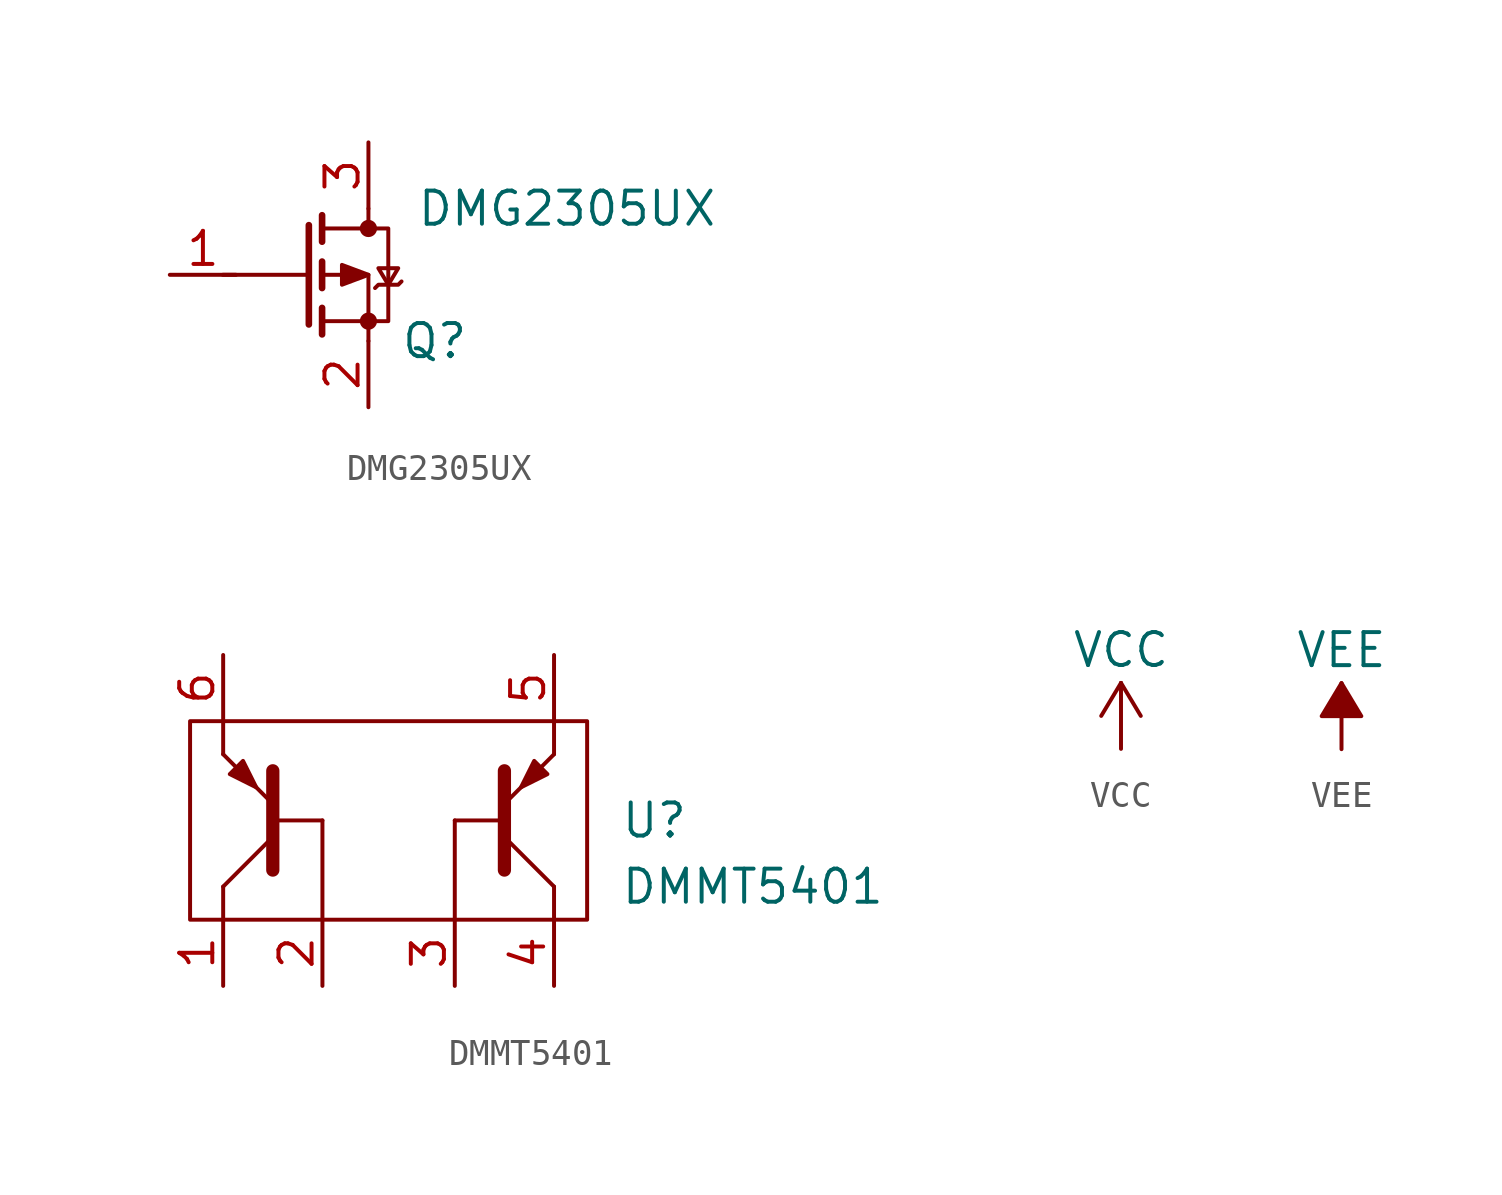
<source format=kicad_sym>
(kicad_symbol_lib
  (version 20211014)
  (generator kicad_symbol_editor)
  (symbol "DMG2305UX"
    (property "Reference" "Q"
      (at 3.81 -2.54 0)
      (effects (font (size 1.27 1.27))))
    (property "Value" "DMG2305UX"
      (at 8.89 2.54 0)
      (effects (font (size 1.27 1.27))))
    (symbol "DMG2305UX_0_1"
      (polyline (pts (xy -1.016 0) (xy -4.318 0)) (stroke (width 0) (type default) (color 0 0 0 0)) (fill (type none)))
      (polyline (pts (xy -1.016 1.905) (xy -1.016 -1.905)) (stroke (width 0.254) (type default) (color 0 0 0 0)) (fill (type none)))
      (polyline (pts (xy -0.508 -1.27) (xy -0.508 -2.286)) (stroke (width 0.254) (type default) (color 0 0 0 0)) (fill (type none)))
      (polyline (pts (xy -0.508 0.508) (xy -0.508 -0.508)) (stroke (width 0.254) (type default) (color 0 0 0 0)) (fill (type none)))
      (polyline (pts (xy -0.508 2.286) (xy -0.508 1.27)) (stroke (width 0.254) (type default) (color 0 0 0 0)) (fill (type none)))
      (polyline (pts (xy 1.27 2.54) (xy 1.27 1.778)) (stroke (width 0) (type default) (color 0 0 0 0)) (fill (type none)))
      (polyline (pts (xy 1.27 -2.54) (xy 1.27 0) (xy -0.508 0)) (stroke (width 0) (type default) (color 0 0 0 0)) (fill (type none)))
      (polyline (pts (xy -0.508 -1.778) (xy 2.032 -1.778) (xy 2.032 1.778) (xy -0.508 1.778)) (stroke (width 0) (type default) (color 0 0 0 0)) (fill (type none)))
      (polyline (pts (xy 1.27 0) (xy 0.254 -0.381) (xy 0.254 0.381) (xy 1.27 0)) (stroke (width 0) (type default) (color 0 0 0 0)) (fill (type outline)))
      (polyline (pts (xy 1.524 -0.508) (xy 1.651 -0.381) (xy 2.413 -0.381) (xy 2.54 -0.254)) (stroke (width 0) (type default) (color 0 0 0 0)) (fill (type none)))
      (polyline (pts (xy 2.032 -0.381) (xy 1.651 0.254) (xy 2.413 0.254) (xy 2.032 -0.381)) (stroke (width 0) (type default) (color 0 0 0 0)) (fill (type none)))
      (circle (center 1.27 -1.778) (radius 0.254) (stroke (width 0) (type default) (color 0 0 0 0)) (fill (type outline)))
      (circle (center 1.27 1.778) (radius 0.254) (stroke (width 0) (type default) (color 0 0 0 0)) (fill (type outline))))
    (symbol "DMG2305UX_1_1"
      (pin input line (at -6.35 0 0) (length 2.54) (name "" (effects (font (size 1.27 1.27)))) (number "1" (effects (font (size 1.27 1.27)))))
      (pin passive line (at 1.27 -5.08 90) (length 2.54) (name "" (effects (font (size 1.27 1.27)))) (number "2" (effects (font (size 1.27 1.27)))))
      (pin passive line (at 1.27 5.08 270) (length 2.54) (name "" (effects (font (size 1.27 1.27)))) (number "3" (effects (font (size 1.27 1.27)))))))
  (symbol "DMMT5401"
    (property "Reference" "U"
      (at 8.89 0 0)
      (effects (font (size 1.27 1.27)) (justify left)))
    (property "Value" "DMMT5401"
      (at 8.89 -2.54 0)
      (effects (font (size 1.27 1.27)) (justify left)))
    (symbol "DMMT5401_0_1"
      (rectangle (start -7.62 3.81) (end 7.62 -3.81) (stroke (width 0) (type default) (color 0 0 0 0)) (fill (type none)))
      (polyline (pts (xy -6.35 -2.54) (xy -6.35 -3.81)) (stroke (width 0) (type default) (color 0 0 0 0)) (fill (type none)))
      (polyline (pts (xy -6.35 3.81) (xy -6.35 2.54)) (stroke (width 0) (type default) (color 0 0 0 0)) (fill (type none)))
      (polyline (pts (xy -4.445 -0.635) (xy -6.35 -2.54)) (stroke (width 0) (type default) (color 0 0 0 0)) (fill (type none)))
      (polyline (pts (xy -2.54 -3.81) (xy -2.54 0)) (stroke (width 0) (type default) (color 0 0 0 0)) (fill (type none)))
      (polyline (pts (xy -2.54 0) (xy -4.445 0)) (stroke (width 0) (type default) (color 0 0 0 0)) (fill (type none)))
      (polyline (pts (xy 2.54 -3.81) (xy 2.54 0)) (stroke (width 0) (type default) (color 0 0 0 0)) (fill (type none)))
      (polyline (pts (xy 4.445 -0.635) (xy 6.35 -2.54)) (stroke (width 0) (type default) (color 0 0 0 0)) (fill (type none)))
      (polyline (pts (xy 4.445 0) (xy 2.54 0)) (stroke (width 0) (type default) (color 0 0 0 0)) (fill (type none)))
      (polyline (pts (xy 6.35 -3.81) (xy 6.35 -2.54)) (stroke (width 0) (type default) (color 0 0 0 0)) (fill (type none)))
      (polyline (pts (xy 6.35 3.81) (xy 6.35 2.54)) (stroke (width 0) (type default) (color 0 0 0 0)) (fill (type none)))
      (polyline (pts (xy -4.445 -1.905) (xy -4.445 1.905) (xy -4.445 1.905)) (stroke (width 0.508) (type default) (color 0 0 0 0)) (fill (type none)))
      (polyline (pts (xy -4.445 0.635) (xy -6.35 2.54) (xy -6.35 2.54)) (stroke (width 0) (type default) (color 0 0 0 0)) (fill (type none)))
      (polyline (pts (xy 4.445 -1.905) (xy 4.445 1.905) (xy 4.445 1.905)) (stroke (width 0.508) (type default) (color 0 0 0 0)) (fill (type none)))
      (polyline (pts (xy 4.445 0.635) (xy 6.35 2.54) (xy 6.35 2.54)) (stroke (width 0) (type default) (color 0 0 0 0)) (fill (type none)))
      (polyline (pts (xy -6.096 1.778) (xy -5.588 2.286) (xy -5.08 1.27) (xy -6.096 1.778) (xy -6.096 1.778)) (stroke (width 0) (type default) (color 0 0 0 0)) (fill (type outline)))
      (polyline (pts (xy 6.096 1.778) (xy 5.588 2.286) (xy 5.08 1.27) (xy 6.096 1.778) (xy 6.096 1.778)) (stroke (width 0) (type default) (color 0 0 0 0)) (fill (type outline))))
    (symbol "DMMT5401_1_1"
      (pin passive line (at -6.35 -6.35 90) (length 2.54) (name "" (effects (font (size 1.27 1.27)))) (number "1" (effects (font (size 1.27 1.27)))))
      (pin input line (at -2.54 -6.35 90) (length 2.54) (name "" (effects (font (size 1.27 1.27)))) (number "2" (effects (font (size 1.27 1.27)))))
      (pin input line (at 2.54 -6.35 90) (length 2.54) (name "" (effects (font (size 1.27 1.27)))) (number "3" (effects (font (size 1.27 1.27)))))
      (pin passive line (at 6.35 -6.35 90) (length 2.54) (name "" (effects (font (size 1.27 1.27)))) (number "4" (effects (font (size 1.27 1.27)))))
      (pin passive line (at 6.35 6.35 270) (length 2.54) (name "" (effects (font (size 1.27 1.27)))) (number "5" (effects (font (size 1.27 1.27)))))
      (pin passive line (at -6.35 6.35 270) (length 2.54) (name "" (effects (font (size 1.27 1.27)))) (number "6" (effects (font (size 1.27 1.27)))))))
  (symbol "VCC"
    (power)
    (pin_names
      (offset 0))
    (property "Reference" "#PWR040"
      (at 0 -3.81 0)
      (effects (font (size 1.27 1.27)) hide))
    (property "Value" "VCC"
      (at 0 3.81 0)
      (effects (font (size 1.27 1.27))))
    (symbol "VCC_0_1"
      (polyline (pts (xy -0.762 1.27) (xy 0 2.54)) (stroke (width 0) (type default) (color 0 0 0 0)) (fill (type none)))
      (polyline (pts (xy 0 0) (xy 0 2.54)) (stroke (width 0) (type default) (color 0 0 0 0)) (fill (type none)))
      (polyline (pts (xy 0 2.54) (xy 0.762 1.27)) (stroke (width 0) (type default) (color 0 0 0 0)) (fill (type none))))
    (symbol "VCC_1_1"
      (pin power_in line (at 0 0 90) (length 0) hide (name "VCC" (effects (font (size 1.27 1.27)))) (number "1" (effects (font (size 1.27 1.27)))))))
  (symbol "VEE"
    (power)
    (pin_names
      (offset 0))
    (property "Reference" "#PWR041"
      (at 0 -3.81 0)
      (effects (font (size 1.27 1.27)) hide))
    (property "Value" "VEE"
      (at 0 3.81 0)
      (effects (font (size 1.27 1.27))))
    (symbol "VEE_0_1"
      (polyline (pts (xy 0 0) (xy 0 2.54)) (stroke (width 0) (type default) (color 0 0 0 0)) (fill (type none)))
      (polyline (pts (xy 0.762 1.27) (xy -0.762 1.27) (xy 0 2.54) (xy 0.762 1.27)) (stroke (width 0) (type default) (color 0 0 0 0)) (fill (type outline))))
    (symbol "VEE_1_1"
      (pin power_in line (at 0 0 90) (length 0) hide (name "VEE" (effects (font (size 1.27 1.27)))) (number "1" (effects (font (size 1.27 1.27))))))))
</source>
